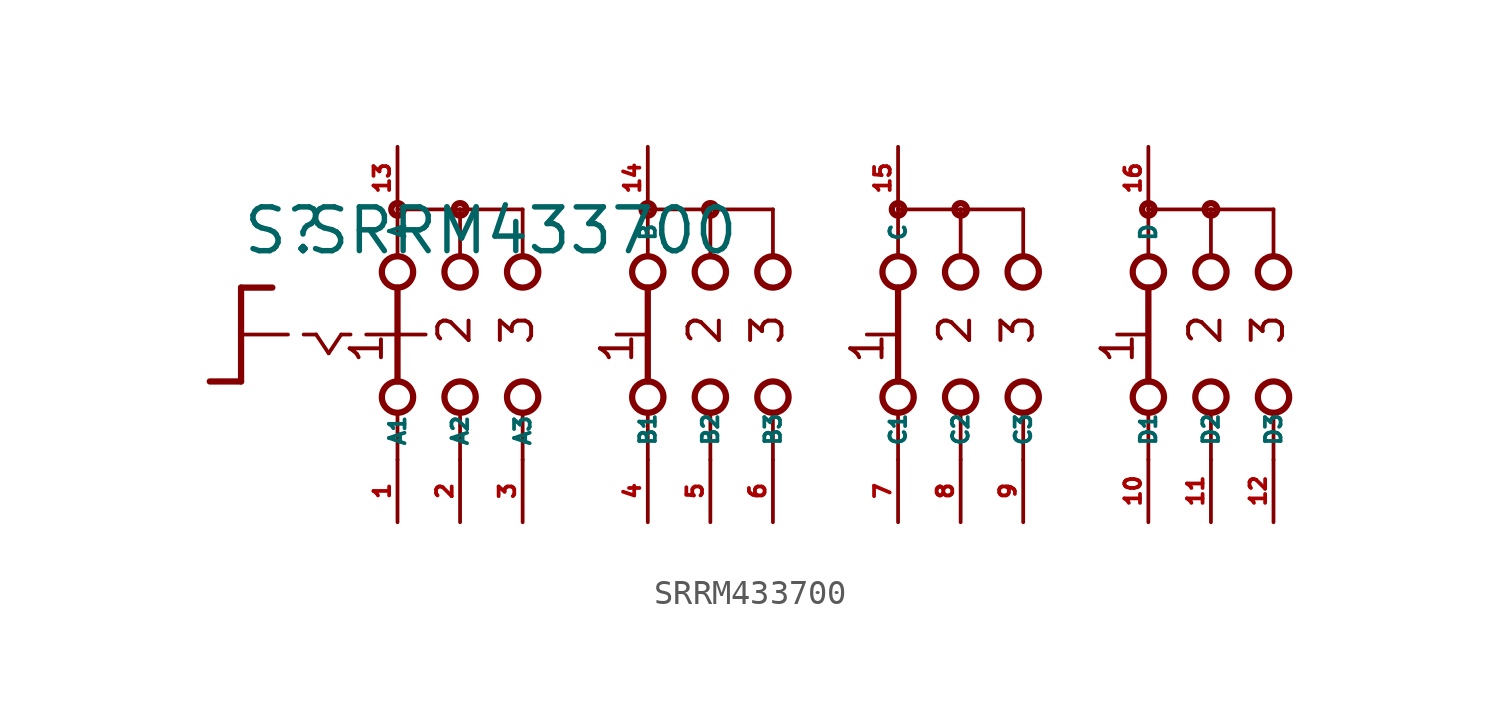
<source format=kicad_sym>
(kicad_symbol_lib
  (version 20220914)
  (generator Eagle2Kicad)
  (symbol "SRRM433700"
    (property "Reference" "S"
      (at -19.05 3.175 0)
      (effects (font (size 1.778 1.778) (thickness 0.22)) (justify left bottom)))
    (property "Value" "SRRM433700"
      (at -16.51 3.175 0)
      (effects (font (size 1.778 1.778) (thickness 0.22)) (justify left bottom)))
    (polyline
      (pts (xy -19.05 1.905) (xy -17.78 1.905))
      (stroke (width 0.254) (type default))
      (fill (type none)))
    (polyline
      (pts (xy -19.05 1.905) (xy -19.05 0))
      (stroke (width 0.254) (type default))
      (fill (type none)))
    (polyline
      (pts (xy -19.05 -1.905) (xy -20.32 -1.905))
      (stroke (width 0.254) (type default))
      (fill (type none)))
    (polyline
      (pts (xy -19.05 0) (xy -17.145 0))
      (stroke (width 0.152) (type default))
      (fill (type none)))
    (polyline
      (pts (xy -19.05 0) (xy -19.05 -1.905))
      (stroke (width 0.254) (type default))
      (fill (type none)))
    (polyline
      (pts (xy -16.51 0) (xy -16.002 0))
      (stroke (width 0.152) (type default))
      (fill (type none)))
    (polyline
      (pts (xy -14.986 0) (xy -14.605 0))
      (stroke (width 0.152) (type default))
      (fill (type none)))
    (polyline
      (pts (xy -16.002 0) (xy -15.494 -0.762))
      (stroke (width 0.152) (type default))
      (fill (type none)))
    (polyline
      (pts (xy -15.494 -0.762) (xy -14.986 0))
      (stroke (width 0.152) (type default))
      (fill (type none)))
    (polyline
      (pts (xy 7.62 3.175) (xy 7.62 5.08))
      (stroke (width 0.152) (type default))
      (fill (type none)))
    (polyline
      (pts (xy 7.62 -5.08) (xy 7.62 -3.175))
      (stroke (width 0.152) (type default))
      (fill (type none)))
    (polyline
      (pts (xy 10.16 3.175) (xy 10.16 5.08))
      (stroke (width 0.152) (type default))
      (fill (type none)))
    (polyline
      (pts (xy 12.7 3.175) (xy 12.7 5.08))
      (stroke (width 0.152) (type default))
      (fill (type none)))
    (polyline
      (pts (xy 17.78 3.175) (xy 17.78 5.08))
      (stroke (width 0.152) (type default))
      (fill (type none)))
    (polyline
      (pts (xy 20.32 3.175) (xy 20.32 5.08))
      (stroke (width 0.152) (type default))
      (fill (type none)))
    (polyline
      (pts (xy 22.86 3.175) (xy 22.86 5.08))
      (stroke (width 0.152) (type default))
      (fill (type none)))
    (polyline
      (pts (xy 7.62 5.08) (xy 10.16 5.08))
      (stroke (width 0.152) (type default))
      (fill (type none)))
    (polyline
      (pts (xy 10.16 5.08) (xy 12.7 5.08))
      (stroke (width 0.152) (type default))
      (fill (type none)))
    (polyline
      (pts (xy 17.78 5.08) (xy 20.32 5.08))
      (stroke (width 0.152) (type default))
      (fill (type none)))
    (polyline
      (pts (xy 20.32 5.08) (xy 22.86 5.08))
      (stroke (width 0.152) (type default))
      (fill (type none)))
    (polyline
      (pts (xy 10.16 -5.08) (xy 10.16 -3.175))
      (stroke (width 0.152) (type default))
      (fill (type none)))
    (polyline
      (pts (xy 12.7 -5.08) (xy 12.7 -3.175))
      (stroke (width 0.152) (type default))
      (fill (type none)))
    (polyline
      (pts (xy 17.78 -5.08) (xy 17.78 -3.175))
      (stroke (width 0.152) (type default))
      (fill (type none)))
    (polyline
      (pts (xy 20.32 -5.08) (xy 20.32 -3.175))
      (stroke (width 0.152) (type default))
      (fill (type none)))
    (polyline
      (pts (xy 22.86 -5.08) (xy 22.86 -3.175))
      (stroke (width 0.152) (type default))
      (fill (type none)))
    (polyline
      (pts (xy 7.62 1.905) (xy 7.62 -1.905))
      (stroke (width 0.254) (type default))
      (fill (type none)))
    (polyline
      (pts (xy 6.35 0) (xy 7.493 0))
      (stroke (width 0.152) (type default))
      (fill (type none)))
    (polyline
      (pts (xy 17.78 1.905) (xy 17.78 -1.905))
      (stroke (width 0.254) (type default))
      (fill (type none)))
    (polyline
      (pts (xy 16.51 0) (xy 17.653 0))
      (stroke (width 0.152) (type default))
      (fill (type none)))
    (polyline
      (pts (xy -13.97 0) (xy -12.827 0))
      (stroke (width 0.152) (type default))
      (fill (type none)))
    (polyline
      (pts (xy -10.16 3.175) (xy -10.16 5.08))
      (stroke (width 0.152) (type default))
      (fill (type none)))
    (polyline
      (pts (xy -7.62 3.175) (xy -7.62 5.08))
      (stroke (width 0.152) (type default))
      (fill (type none)))
    (polyline
      (pts (xy -10.16 -5.08) (xy -10.16 -3.175))
      (stroke (width 0.152) (type default))
      (fill (type none)))
    (polyline
      (pts (xy -7.62 -5.08) (xy -7.62 -3.175))
      (stroke (width 0.152) (type default))
      (fill (type none)))
    (polyline
      (pts (xy -7.62 5.08) (xy -10.16 5.08))
      (stroke (width 0.152) (type default))
      (fill (type none)))
    (polyline
      (pts (xy -2.54 -5.08) (xy -2.54 -3.175))
      (stroke (width 0.152) (type default))
      (fill (type none)))
    (polyline
      (pts (xy 0 -5.08) (xy 0 -3.175))
      (stroke (width 0.152) (type default))
      (fill (type none)))
    (polyline
      (pts (xy -2.54 3.175) (xy -2.54 5.08))
      (stroke (width 0.152) (type default))
      (fill (type none)))
    (polyline
      (pts (xy 0 3.175) (xy 0 5.08))
      (stroke (width 0.152) (type default))
      (fill (type none)))
    (polyline
      (pts (xy -2.54 5.08) (xy 0 5.08))
      (stroke (width 0.152) (type default))
      (fill (type none)))
    (polyline
      (pts (xy -12.7 5.08) (xy -12.7 3.175))
      (stroke (width 0.152) (type default))
      (fill (type none)))
    (polyline
      (pts (xy -12.7 1.905) (xy -12.7 0))
      (stroke (width 0.254) (type default))
      (fill (type none)))
    (polyline
      (pts (xy -12.7 -3.175) (xy -12.7 -5.08))
      (stroke (width 0.152) (type default))
      (fill (type none)))
    (polyline
      (pts (xy -10.16 5.08) (xy -12.7 5.08))
      (stroke (width 0.152) (type default))
      (fill (type none)))
    (polyline
      (pts (xy 2.54 3.175) (xy 2.54 5.08))
      (stroke (width 0.152) (type default))
      (fill (type none)))
    (polyline
      (pts (xy 2.54 -5.08) (xy 2.54 -3.175))
      (stroke (width 0.152) (type default))
      (fill (type none)))
    (polyline
      (pts (xy -12.7 0) (xy -11.557 0))
      (stroke (width 0.152) (type default))
      (fill (type none)))
    (polyline
      (pts (xy -12.7 0) (xy -12.7 -1.905))
      (stroke (width 0.254) (type default))
      (fill (type none)))
    (polyline
      (pts (xy -3.81 0) (xy -2.667 0))
      (stroke (width 0.152) (type default))
      (fill (type none)))
    (polyline
      (pts (xy -2.54 1.905) (xy -2.54 -1.905))
      (stroke (width 0.254) (type default))
      (fill (type none)))
    (polyline
      (pts (xy 0 5.08) (xy 2.54 5.08))
      (stroke (width 0.152) (type default))
      (fill (type none)))
    (text "1"
      (at 17.272 -1.27 900)
      (effects (font (size 1.27 1.27) (thickness 0.16)) (justify left bottom)))
    (text "2"
      (at 20.828 -0.508 900)
      (effects (font (size 1.27 1.27) (thickness 0.16)) (justify left bottom)))
    (text "3"
      (at 23.368 -0.508 900)
      (effects (font (size 1.27 1.27) (thickness 0.16)) (justify left bottom)))
    (text "1"
      (at -13.208 -1.27 900)
      (effects (font (size 1.27 1.27) (thickness 0.16)) (justify left bottom)))
    (text "2"
      (at -9.652 -0.508 900)
      (effects (font (size 1.27 1.27) (thickness 0.16)) (justify left bottom)))
    (text "3"
      (at -7.112 -0.508 900)
      (effects (font (size 1.27 1.27) (thickness 0.16)) (justify left bottom)))
    (text "1"
      (at -3.048 -1.27 900)
      (effects (font (size 1.27 1.27) (thickness 0.16)) (justify left bottom)))
    (text "2"
      (at 0.508 -0.508 900)
      (effects (font (size 1.27 1.27) (thickness 0.16)) (justify left bottom)))
    (text "3"
      (at 3.048 -0.508 900)
      (effects (font (size 1.27 1.27) (thickness 0.16)) (justify left bottom)))
    (text "1"
      (at 7.112 -1.27 900)
      (effects (font (size 1.27 1.27) (thickness 0.16)) (justify left bottom)))
    (text "2"
      (at 10.668 -0.508 900)
      (effects (font (size 1.27 1.27) (thickness 0.16)) (justify left bottom)))
    (text "3"
      (at 13.208 -0.508 900)
      (effects (font (size 1.27 1.27) (thickness 0.16)) (justify left bottom)))
    (circle
      (center 7.62 5.08)
      (radius 0.254)
      (stroke (width 0.254) (type default))
      (fill (type none)))
    (circle
      (center 7.62 2.54)
      (radius 0.635)
      (stroke (width 0.254) (type default))
      (fill (type none)))
    (circle
      (center 7.62 -2.54)
      (radius 0.635)
      (stroke (width 0.254) (type default))
      (fill (type none)))
    (circle
      (center 10.16 2.54)
      (radius 0.635)
      (stroke (width 0.254) (type default))
      (fill (type none)))
    (circle
      (center 12.7 2.54)
      (radius 0.635)
      (stroke (width 0.254) (type default))
      (fill (type none)))
    (circle
      (center 17.78 2.54)
      (radius 0.635)
      (stroke (width 0.254) (type default))
      (fill (type none)))
    (circle
      (center 20.32 2.54)
      (radius 0.635)
      (stroke (width 0.254) (type default))
      (fill (type none)))
    (circle
      (center 22.86 2.54)
      (radius 0.635)
      (stroke (width 0.254) (type default))
      (fill (type none)))
    (circle
      (center 10.16 5.08)
      (radius 0.254)
      (stroke (width 0.254) (type default))
      (fill (type none)))
    (circle
      (center 17.78 5.08)
      (radius 0.254)
      (stroke (width 0.254) (type default))
      (fill (type none)))
    (circle
      (center 20.32 5.08)
      (radius 0.254)
      (stroke (width 0.254) (type default))
      (fill (type none)))
    (circle
      (center 10.16 -2.54)
      (radius 0.635)
      (stroke (width 0.254) (type default))
      (fill (type none)))
    (circle
      (center 12.7 -2.54)
      (radius 0.635)
      (stroke (width 0.254) (type default))
      (fill (type none)))
    (circle
      (center 17.78 -2.54)
      (radius 0.635)
      (stroke (width 0.254) (type default))
      (fill (type none)))
    (circle
      (center 20.32 -2.54)
      (radius 0.635)
      (stroke (width 0.254) (type default))
      (fill (type none)))
    (circle
      (center 22.86 -2.54)
      (radius 0.635)
      (stroke (width 0.254) (type default))
      (fill (type none)))
    (circle
      (center -12.7 5.08)
      (radius 0.254)
      (stroke (width 0.254) (type default))
      (fill (type none)))
    (circle
      (center -10.16 5.08)
      (radius 0.254)
      (stroke (width 0.254) (type default))
      (fill (type none)))
    (circle
      (center -12.7 2.54)
      (radius 0.635)
      (stroke (width 0.254) (type default))
      (fill (type none)))
    (circle
      (center -10.16 2.54)
      (radius 0.635)
      (stroke (width 0.254) (type default))
      (fill (type none)))
    (circle
      (center -7.62 2.54)
      (radius 0.635)
      (stroke (width 0.254) (type default))
      (fill (type none)))
    (circle
      (center -12.7 -2.54)
      (radius 0.635)
      (stroke (width 0.254) (type default))
      (fill (type none)))
    (circle
      (center -10.16 -2.54)
      (radius 0.635)
      (stroke (width 0.254) (type default))
      (fill (type none)))
    (circle
      (center -7.62 -2.54)
      (radius 0.635)
      (stroke (width 0.254) (type default))
      (fill (type none)))
    (circle
      (center -2.54 5.08)
      (radius 0.254)
      (stroke (width 0.254) (type default))
      (fill (type none)))
    (circle
      (center -2.54 2.54)
      (radius 0.635)
      (stroke (width 0.254) (type default))
      (fill (type none)))
    (circle
      (center -2.54 -2.54)
      (radius 0.635)
      (stroke (width 0.254) (type default))
      (fill (type none)))
    (circle
      (center 0 2.54)
      (radius 0.635)
      (stroke (width 0.254) (type default))
      (fill (type none)))
    (circle
      (center 0 -2.54)
      (radius 0.635)
      (stroke (width 0.254) (type default))
      (fill (type none)))
    (circle
      (center 2.54 2.54)
      (radius 0.635)
      (stroke (width 0.254) (type default))
      (fill (type none)))
    (circle
      (center 2.54 -2.54)
      (radius 0.635)
      (stroke (width 0.254) (type default))
      (fill (type none)))
    (circle
      (center 0 5.08)
      (radius 0.254)
      (stroke (width 0.254) (type default))
      (fill (type none)))
    (pin passive line
      (at -12.7 -7.62 90)
      (length 2.54)
      (name "A1" (effects (font (size 0.635 0.635) (thickness 0.08)) (justify left bottom)))
      (number "1" (effects (font (size 0.635 0.635) (thickness 0.08)) (justify left bottom))))
    (pin passive line
      (at -12.7 7.62 270)
      (length 2.54)
      (name "A" (effects (font (size 0.635 0.635) (thickness 0.08)) (justify left bottom)))
      (number "13" (effects (font (size 0.635 0.635) (thickness 0.08)) (justify left bottom))))
    (pin passive line
      (at -10.16 -7.62 90)
      (length 2.54)
      (name "A2" (effects (font (size 0.635 0.635) (thickness 0.08)) (justify left bottom)))
      (number "2" (effects (font (size 0.635 0.635) (thickness 0.08)) (justify left bottom))))
    (pin passive line
      (at -7.62 -7.62 90)
      (length 2.54)
      (name "A3" (effects (font (size 0.635 0.635) (thickness 0.08)) (justify left bottom)))
      (number "3" (effects (font (size 0.635 0.635) (thickness 0.08)) (justify left bottom))))
    (pin passive line
      (at -2.54 -7.62 90)
      (length 2.54)
      (name "B1" (effects (font (size 0.635 0.635) (thickness 0.08)) (justify left bottom)))
      (number "4" (effects (font (size 0.635 0.635) (thickness 0.08)) (justify left bottom))))
    (pin passive line
      (at 0 -7.62 90)
      (length 2.54)
      (name "B2" (effects (font (size 0.635 0.635) (thickness 0.08)) (justify left bottom)))
      (number "5" (effects (font (size 0.635 0.635) (thickness 0.08)) (justify left bottom))))
    (pin passive line
      (at 2.54 -7.62 90)
      (length 2.54)
      (name "B3" (effects (font (size 0.635 0.635) (thickness 0.08)) (justify left bottom)))
      (number "6" (effects (font (size 0.635 0.635) (thickness 0.08)) (justify left bottom))))
    (pin passive line
      (at 7.62 -7.62 90)
      (length 2.54)
      (name "C1" (effects (font (size 0.635 0.635) (thickness 0.08)) (justify left bottom)))
      (number "7" (effects (font (size 0.635 0.635) (thickness 0.08)) (justify left bottom))))
    (pin passive line
      (at 10.16 -7.62 90)
      (length 2.54)
      (name "C2" (effects (font (size 0.635 0.635) (thickness 0.08)) (justify left bottom)))
      (number "8" (effects (font (size 0.635 0.635) (thickness 0.08)) (justify left bottom))))
    (pin passive line
      (at 12.7 -7.62 90)
      (length 2.54)
      (name "C3" (effects (font (size 0.635 0.635) (thickness 0.08)) (justify left bottom)))
      (number "9" (effects (font (size 0.635 0.635) (thickness 0.08)) (justify left bottom))))
    (pin passive line
      (at 17.78 -7.62 90)
      (length 2.54)
      (name "D1" (effects (font (size 0.635 0.635) (thickness 0.08)) (justify left bottom)))
      (number "10" (effects (font (size 0.635 0.635) (thickness 0.08)) (justify left bottom))))
    (pin passive line
      (at 20.32 -7.62 90)
      (length 2.54)
      (name "D2" (effects (font (size 0.635 0.635) (thickness 0.08)) (justify left bottom)))
      (number "11" (effects (font (size 0.635 0.635) (thickness 0.08)) (justify left bottom))))
    (pin passive line
      (at 22.86 -7.62 90)
      (length 2.54)
      (name "D3" (effects (font (size 0.635 0.635) (thickness 0.08)) (justify left bottom)))
      (number "12" (effects (font (size 0.635 0.635) (thickness 0.08)) (justify left bottom))))
    (pin passive line
      (at 7.62 7.62 270)
      (length 2.54)
      (name "C" (effects (font (size 0.635 0.635) (thickness 0.08)) (justify left bottom)))
      (number "15" (effects (font (size 0.635 0.635) (thickness 0.08)) (justify left bottom))))
    (pin passive line
      (at 17.78 7.62 270)
      (length 2.54)
      (name "D" (effects (font (size 0.635 0.635) (thickness 0.08)) (justify left bottom)))
      (number "16" (effects (font (size 0.635 0.635) (thickness 0.08)) (justify left bottom))))
    (pin passive line
      (at -2.54 7.62 270)
      (length 2.54)
      (name "B" (effects (font (size 0.635 0.635) (thickness 0.08)) (justify left bottom)))
      (number "14" (effects (font (size 0.635 0.635) (thickness 0.08)) (justify left bottom))))))
</source>
